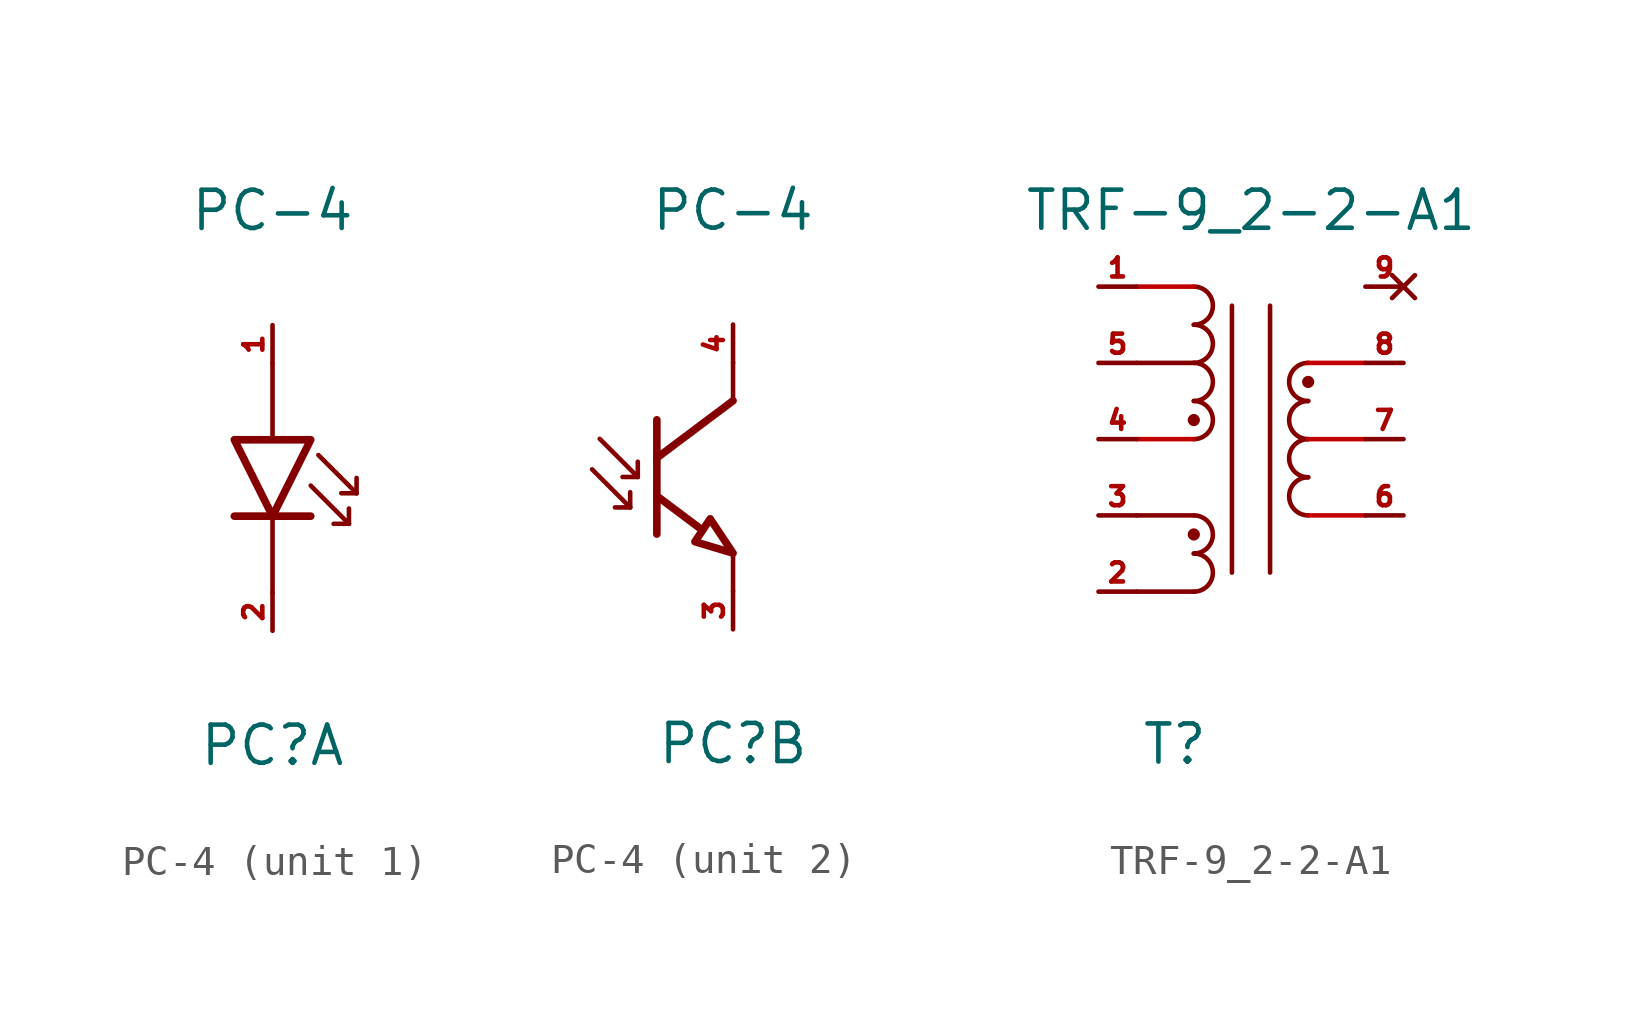
<source format=kicad_sym>
(kicad_symbol_lib
  (version 20220914)
  (generator kicad_symbol_editor)
  (symbol "PC-4"
    (pin_names hide)
    (property "Reference" "PC"
      (at 0 -8.89 0)
      (effects (font (size 1.27 1.27))))
    (property "Value" "PC-4"
      (at 0 8.89 0)
      (effects (font (size 1.27 1.27))))
    (property "ki_locked" ""
      (at 0 0 0)
      (effects (font (size 1.27 1.27))))
    (symbol "PC-4_1_1"
      (polyline (pts (xy -1.27 -1.27) (xy 1.27 -1.27)) (stroke (width 0.254) (type default)) (fill (type none)))
      (polyline (pts (xy 0 -1.27) (xy 0 -3.81)) (stroke (width 0) (type default)) (fill (type none)))
      (polyline (pts (xy 0 3.81) (xy 0 1.27)) (stroke (width 0) (type default)) (fill (type none)))
      (polyline (pts (xy 1.27 -0.254) (xy 2.54 -1.524)) (stroke (width 0.152) (type default)) (fill (type none)))
      (polyline (pts (xy 1.524 0.762) (xy 2.794 -0.508)) (stroke (width 0.152) (type default)) (fill (type none)))
      (polyline (pts (xy 2.54 -1.524) (xy 2.032 -1.524)) (stroke (width 0.152) (type default)) (fill (type none)))
      (polyline (pts (xy 2.54 -1.524) (xy 2.54 -1.016)) (stroke (width 0.152) (type default)) (fill (type none)))
      (polyline (pts (xy 2.794 -0.508) (xy 2.286 -0.508)) (stroke (width 0.152) (type default)) (fill (type none)))
      (polyline (pts (xy 2.794 -0.508) (xy 2.794 0)) (stroke (width 0.152) (type default)) (fill (type none)))
      (polyline (pts (xy -1.27 1.27) (xy 0 -1.27) (xy 1.27 1.27) (xy -1.27 1.27)) (stroke (width 0.254) (type default)) (fill (type none)))
      (pin passive line (at 0 5.08 270) (length 1.27) (name "Anode" (effects (font (size 0.635 0.635)))) (number "1" (effects (font (size 0.635 0.635)))))
      (pin passive line (at 0 -5.08 90) (length 1.27) (name "Cathode" (effects (font (size 0.635 0.635)))) (number "2" (effects (font (size 0.635 0.635))))))
    (symbol "PC-4_2_1"
      (polyline (pts (xy -3.429 -1.016) (xy -4.699 0.254)) (stroke (width 0.152) (type default)) (fill (type none)))
      (polyline (pts (xy -3.429 -1.016) (xy -3.937 -1.016)) (stroke (width 0.152) (type default)) (fill (type none)))
      (polyline (pts (xy -3.429 -1.016) (xy -3.429 -0.508)) (stroke (width 0.152) (type default)) (fill (type none)))
      (polyline (pts (xy -3.175 0) (xy -4.445 1.27)) (stroke (width 0.152) (type default)) (fill (type none)))
      (polyline (pts (xy -3.175 0) (xy -3.683 0)) (stroke (width 0.152) (type default)) (fill (type none)))
      (polyline (pts (xy -3.175 0) (xy -3.175 0.508)) (stroke (width 0.152) (type default)) (fill (type none)))
      (polyline (pts (xy -2.54 0.635) (xy 0 2.54)) (stroke (width 0.254) (type default)) (fill (type none)))
      (polyline (pts (xy -2.54 1.905) (xy -2.54 -1.905)) (stroke (width 0.254) (type default)) (fill (type none)))
      (polyline (pts (xy -1.016 -1.778) (xy -2.54 -0.635)) (stroke (width 0.254) (type default)) (fill (type none)))
      (polyline (pts (xy 0 -2.54) (xy 0 -3.81)) (stroke (width 0) (type default)) (fill (type none)))
      (polyline (pts (xy 0 2.54) (xy 0 3.81)) (stroke (width 0) (type default)) (fill (type none)))
      (polyline (pts (xy -0.762 -1.397) (xy -1.27 -2.159) (xy 0 -2.54) (xy -0.762 -1.397)) (stroke (width 0.254) (type default)) (fill (type none)))
      (pin passive line (at 0 -5.08 90) (length 1.27) (name "Emitter" (effects (font (size 0.635 0.635)))) (number "3" (effects (font (size 0.635 0.635)))))
      (pin passive line (at 0 5.08 270) (length 1.27) (name "Collector" (effects (font (size 0.635 0.635)))) (number "4" (effects (font (size 0.635 0.635)))))))
  (symbol "TRF-9_2-2-A1"
    (property "Reference" "T"
      (at -2.54 -12.7 0)
      (effects (font (size 1.27 1.27))))
    (property "Value" "TRF-9_2-2-A1"
      (at 0 5.08 0)
      (effects (font (size 1.27 1.27))))
    (symbol "TRF-9_2-2-A1_0_1"
      (arc (start -1.905 -7.62) (mid -1.2727 -6.985) (end -1.905 -6.35) (stroke (width 0) (type default)) (fill (type none)))
      (arc (start -1.905 -6.35) (mid -1.2727 -5.715) (end -1.905 -5.08) (stroke (width 0) (type default)) (fill (type none)))
      (circle (center -1.905 -5.715) (radius 0.127) (stroke (width 0) (type default)) (fill (type outline)))
      (arc (start -1.905 -2.54) (mid -1.2727 -1.905) (end -1.905 -1.27) (stroke (width 0) (type default)) (fill (type none)))
      (circle (center -1.905 -1.905) (radius 0.127) (stroke (width 0) (type default)) (fill (type outline)))
      (arc (start -1.905 -1.27) (mid -1.2727 -0.635) (end -1.905 0) (stroke (width 0) (type default)) (fill (type none)))
      (arc (start -1.905 0) (mid -1.2727 0.635) (end -1.905 1.27) (stroke (width 0) (type default)) (fill (type none)))
      (arc (start -1.905 1.27) (mid -1.2727 1.905) (end -1.905 2.54) (stroke (width 0) (type default)) (fill (type none)))
      (polyline (pts (xy -3.81 -7.62) (xy -1.905 -7.62)) (stroke (width 0) (type default)) (fill (type none)))
      (polyline (pts (xy -1.905 -5.08) (xy -3.81 -5.08)) (stroke (width 0) (type default)) (fill (type none)))
      (polyline (pts (xy -1.905 0) (xy -3.81 0)) (stroke (width 0) (type default)) (fill (type none)))
      (polyline (pts (xy -0.635 1.905) (xy -0.635 -6.985)) (stroke (width 0) (type default)) (fill (type none)))
      (polyline (pts (xy 0.635 1.905) (xy 0.635 -6.985)) (stroke (width 0) (type default)) (fill (type none)))
      (arc (start 1.905 -3.81) (mid 1.2727 -4.445) (end 1.905 -5.08) (stroke (width 0) (type default)) (fill (type none)))
      (arc (start 1.905 -2.54) (mid 1.2727 -3.175) (end 1.905 -3.81) (stroke (width 0) (type default)) (fill (type none)))
      (arc (start 1.905 -1.27) (mid 1.2727 -1.905) (end 1.905 -2.54) (stroke (width 0) (type default)) (fill (type none)))
      (circle (center 1.905 -0.635) (radius 0.127) (stroke (width 0) (type default)) (fill (type outline)))
      (arc (start 1.905 0) (mid 1.2727 -0.635) (end 1.905 -1.27) (stroke (width 0) (type default)) (fill (type none))))
    (symbol "TRF-9_2-2-A1_1_1"
      (polyline (pts (xy -3.81 -2.54) (xy -1.905 -2.54)) (stroke (width 0) (type default) (color 194 0 0 1)) (fill (type none)))
      (polyline (pts (xy -3.81 2.54) (xy -1.905 2.54)) (stroke (width 0) (type default) (color 194 0 0 1)) (fill (type none)))
      (polyline (pts (xy 1.905 -5.08) (xy 3.81 -5.08)) (stroke (width 0) (type default) (color 194 0 0 1)) (fill (type none)))
      (polyline (pts (xy 1.905 -2.54) (xy 3.81 -2.54)) (stroke (width 0) (type default) (color 194 0 0 1)) (fill (type none)))
      (polyline (pts (xy 1.905 0) (xy 3.81 0)) (stroke (width 0) (type default) (color 194 0 0 1)) (fill (type none)))
      (pin passive line (at -5.08 2.54 0) (length 1.27) (name "~" (effects (font (size 0.635 0.635)))) (number "1" (effects (font (size 0.635 0.635)))))
      (pin passive line (at -5.08 -7.62 0) (length 1.27) (name "~" (effects (font (size 0.635 0.635)))) (number "2" (effects (font (size 0.635 0.635)))))
      (pin passive line (at -5.08 -5.08 0) (length 1.27) (name "~" (effects (font (size 0.635 0.635)))) (number "3" (effects (font (size 0.635 0.635)))))
      (pin passive line (at -5.08 -2.54 0) (length 1.27) (name "~" (effects (font (size 0.635 0.635)))) (number "4" (effects (font (size 0.635 0.635)))))
      (pin passive line (at -5.08 0 0) (length 1.27) (name "~" (effects (font (size 0.635 0.635)))) (number "5" (effects (font (size 0.635 0.635)))))
      (pin passive line (at 5.08 -5.08 180) (length 1.27) (name "~" (effects (font (size 0.635 0.635)))) (number "6" (effects (font (size 0.635 0.635)))))
      (pin passive line (at 5.08 -2.54 180) (length 1.27) (name "~" (effects (font (size 0.635 0.635)))) (number "7" (effects (font (size 0.635 0.635)))))
      (pin passive line (at 5.08 0 180) (length 1.27) (name "~" (effects (font (size 0.635 0.635)))) (number "8" (effects (font (size 0.635 0.635)))))
      (pin no_connect line (at 5.08 2.54 180) (length 1.27) (name "~" (effects (font (size 0.635 0.635)))) (number "9" (effects (font (size 0.635 0.635))))))))
</source>
